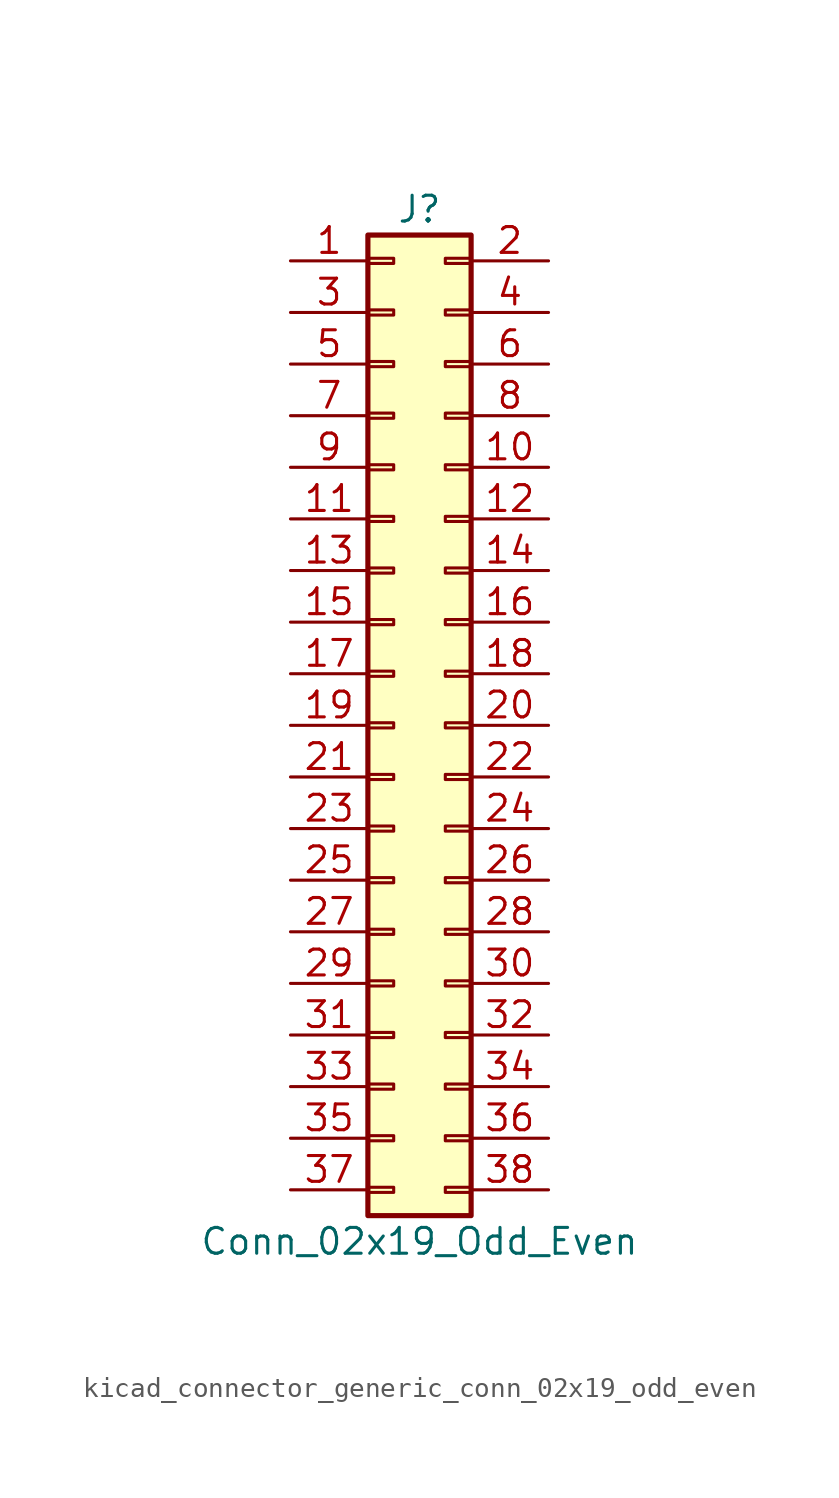
<source format=kicad_sym>
(kicad_symbol_lib
  (version 20220914)
  (generator kicad_symbol_editor)
  (symbol "kicad_connector_generic_conn_02x19_odd_even"
    (pin_names
      (offset 1.016) hide)
    (property "Reference" "J"
      (at 1.27 25.4 0)
      (effects (font (size 1.27 1.27))))
    (property "Value" "Conn_02x19_Odd_Even"
      (at 1.27 -25.4 0)
      (effects (font (size 1.27 1.27))))
    (symbol "kicad_connector_generic_conn_02x19_odd_even_1_1"
      (rectangle (start -1.27 -22.733) (end 0 -22.987) (stroke (width 0.152) (type default)) (fill (type none)))
      (rectangle (start -1.27 -20.193) (end 0 -20.447) (stroke (width 0.152) (type default)) (fill (type none)))
      (rectangle (start -1.27 -17.653) (end 0 -17.907) (stroke (width 0.152) (type default)) (fill (type none)))
      (rectangle (start -1.27 -15.113) (end 0 -15.367) (stroke (width 0.152) (type default)) (fill (type none)))
      (rectangle (start -1.27 -12.573) (end 0 -12.827) (stroke (width 0.152) (type default)) (fill (type none)))
      (rectangle (start -1.27 -10.033) (end 0 -10.287) (stroke (width 0.152) (type default)) (fill (type none)))
      (rectangle (start -1.27 -7.493) (end 0 -7.747) (stroke (width 0.152) (type default)) (fill (type none)))
      (rectangle (start -1.27 -4.953) (end 0 -5.207) (stroke (width 0.152) (type default)) (fill (type none)))
      (rectangle (start -1.27 -2.413) (end 0 -2.667) (stroke (width 0.152) (type default)) (fill (type none)))
      (rectangle (start -1.27 0.127) (end 0 -0.127) (stroke (width 0.152) (type default)) (fill (type none)))
      (rectangle (start -1.27 2.667) (end 0 2.413) (stroke (width 0.152) (type default)) (fill (type none)))
      (rectangle (start -1.27 5.207) (end 0 4.953) (stroke (width 0.152) (type default)) (fill (type none)))
      (rectangle (start -1.27 7.747) (end 0 7.493) (stroke (width 0.152) (type default)) (fill (type none)))
      (rectangle (start -1.27 10.287) (end 0 10.033) (stroke (width 0.152) (type default)) (fill (type none)))
      (rectangle (start -1.27 12.827) (end 0 12.573) (stroke (width 0.152) (type default)) (fill (type none)))
      (rectangle (start -1.27 15.367) (end 0 15.113) (stroke (width 0.152) (type default)) (fill (type none)))
      (rectangle (start -1.27 17.907) (end 0 17.653) (stroke (width 0.152) (type default)) (fill (type none)))
      (rectangle (start -1.27 20.447) (end 0 20.193) (stroke (width 0.152) (type default)) (fill (type none)))
      (rectangle (start -1.27 22.987) (end 0 22.733) (stroke (width 0.152) (type default)) (fill (type none)))
      (rectangle (start -1.27 24.13) (end 3.81 -24.13) (stroke (width 0.254) (type default)) (fill (type background)))
      (rectangle (start 3.81 -22.733) (end 2.54 -22.987) (stroke (width 0.152) (type default)) (fill (type none)))
      (rectangle (start 3.81 -20.193) (end 2.54 -20.447) (stroke (width 0.152) (type default)) (fill (type none)))
      (rectangle (start 3.81 -17.653) (end 2.54 -17.907) (stroke (width 0.152) (type default)) (fill (type none)))
      (rectangle (start 3.81 -15.113) (end 2.54 -15.367) (stroke (width 0.152) (type default)) (fill (type none)))
      (rectangle (start 3.81 -12.573) (end 2.54 -12.827) (stroke (width 0.152) (type default)) (fill (type none)))
      (rectangle (start 3.81 -10.033) (end 2.54 -10.287) (stroke (width 0.152) (type default)) (fill (type none)))
      (rectangle (start 3.81 -7.493) (end 2.54 -7.747) (stroke (width 0.152) (type default)) (fill (type none)))
      (rectangle (start 3.81 -4.953) (end 2.54 -5.207) (stroke (width 0.152) (type default)) (fill (type none)))
      (rectangle (start 3.81 -2.413) (end 2.54 -2.667) (stroke (width 0.152) (type default)) (fill (type none)))
      (rectangle (start 3.81 0.127) (end 2.54 -0.127) (stroke (width 0.152) (type default)) (fill (type none)))
      (rectangle (start 3.81 2.667) (end 2.54 2.413) (stroke (width 0.152) (type default)) (fill (type none)))
      (rectangle (start 3.81 5.207) (end 2.54 4.953) (stroke (width 0.152) (type default)) (fill (type none)))
      (rectangle (start 3.81 7.747) (end 2.54 7.493) (stroke (width 0.152) (type default)) (fill (type none)))
      (rectangle (start 3.81 10.287) (end 2.54 10.033) (stroke (width 0.152) (type default)) (fill (type none)))
      (rectangle (start 3.81 12.827) (end 2.54 12.573) (stroke (width 0.152) (type default)) (fill (type none)))
      (rectangle (start 3.81 15.367) (end 2.54 15.113) (stroke (width 0.152) (type default)) (fill (type none)))
      (rectangle (start 3.81 17.907) (end 2.54 17.653) (stroke (width 0.152) (type default)) (fill (type none)))
      (rectangle (start 3.81 20.447) (end 2.54 20.193) (stroke (width 0.152) (type default)) (fill (type none)))
      (rectangle (start 3.81 22.987) (end 2.54 22.733) (stroke (width 0.152) (type default)) (fill (type none)))
      (pin passive line (at -5.08 22.86 0) (length 3.81) (name "Pin_1" (effects (font (size 1.27 1.27)))) (number "1" (effects (font (size 1.27 1.27)))))
      (pin passive line (at 7.62 12.7 180) (length 3.81) (name "Pin_10" (effects (font (size 1.27 1.27)))) (number "10" (effects (font (size 1.27 1.27)))))
      (pin passive line (at -5.08 10.16 0) (length 3.81) (name "Pin_11" (effects (font (size 1.27 1.27)))) (number "11" (effects (font (size 1.27 1.27)))))
      (pin passive line (at 7.62 10.16 180) (length 3.81) (name "Pin_12" (effects (font (size 1.27 1.27)))) (number "12" (effects (font (size 1.27 1.27)))))
      (pin passive line (at -5.08 7.62 0) (length 3.81) (name "Pin_13" (effects (font (size 1.27 1.27)))) (number "13" (effects (font (size 1.27 1.27)))))
      (pin passive line (at 7.62 7.62 180) (length 3.81) (name "Pin_14" (effects (font (size 1.27 1.27)))) (number "14" (effects (font (size 1.27 1.27)))))
      (pin passive line (at -5.08 5.08 0) (length 3.81) (name "Pin_15" (effects (font (size 1.27 1.27)))) (number "15" (effects (font (size 1.27 1.27)))))
      (pin passive line (at 7.62 5.08 180) (length 3.81) (name "Pin_16" (effects (font (size 1.27 1.27)))) (number "16" (effects (font (size 1.27 1.27)))))
      (pin passive line (at -5.08 2.54 0) (length 3.81) (name "Pin_17" (effects (font (size 1.27 1.27)))) (number "17" (effects (font (size 1.27 1.27)))))
      (pin passive line (at 7.62 2.54 180) (length 3.81) (name "Pin_18" (effects (font (size 1.27 1.27)))) (number "18" (effects (font (size 1.27 1.27)))))
      (pin passive line (at -5.08 0 0) (length 3.81) (name "Pin_19" (effects (font (size 1.27 1.27)))) (number "19" (effects (font (size 1.27 1.27)))))
      (pin passive line (at 7.62 22.86 180) (length 3.81) (name "Pin_2" (effects (font (size 1.27 1.27)))) (number "2" (effects (font (size 1.27 1.27)))))
      (pin passive line (at 7.62 0 180) (length 3.81) (name "Pin_20" (effects (font (size 1.27 1.27)))) (number "20" (effects (font (size 1.27 1.27)))))
      (pin passive line (at -5.08 -2.54 0) (length 3.81) (name "Pin_21" (effects (font (size 1.27 1.27)))) (number "21" (effects (font (size 1.27 1.27)))))
      (pin passive line (at 7.62 -2.54 180) (length 3.81) (name "Pin_22" (effects (font (size 1.27 1.27)))) (number "22" (effects (font (size 1.27 1.27)))))
      (pin passive line (at -5.08 -5.08 0) (length 3.81) (name "Pin_23" (effects (font (size 1.27 1.27)))) (number "23" (effects (font (size 1.27 1.27)))))
      (pin passive line (at 7.62 -5.08 180) (length 3.81) (name "Pin_24" (effects (font (size 1.27 1.27)))) (number "24" (effects (font (size 1.27 1.27)))))
      (pin passive line (at -5.08 -7.62 0) (length 3.81) (name "Pin_25" (effects (font (size 1.27 1.27)))) (number "25" (effects (font (size 1.27 1.27)))))
      (pin passive line (at 7.62 -7.62 180) (length 3.81) (name "Pin_26" (effects (font (size 1.27 1.27)))) (number "26" (effects (font (size 1.27 1.27)))))
      (pin passive line (at -5.08 -10.16 0) (length 3.81) (name "Pin_27" (effects (font (size 1.27 1.27)))) (number "27" (effects (font (size 1.27 1.27)))))
      (pin passive line (at 7.62 -10.16 180) (length 3.81) (name "Pin_28" (effects (font (size 1.27 1.27)))) (number "28" (effects (font (size 1.27 1.27)))))
      (pin passive line (at -5.08 -12.7 0) (length 3.81) (name "Pin_29" (effects (font (size 1.27 1.27)))) (number "29" (effects (font (size 1.27 1.27)))))
      (pin passive line (at -5.08 20.32 0) (length 3.81) (name "Pin_3" (effects (font (size 1.27 1.27)))) (number "3" (effects (font (size 1.27 1.27)))))
      (pin passive line (at 7.62 -12.7 180) (length 3.81) (name "Pin_30" (effects (font (size 1.27 1.27)))) (number "30" (effects (font (size 1.27 1.27)))))
      (pin passive line (at -5.08 -15.24 0) (length 3.81) (name "Pin_31" (effects (font (size 1.27 1.27)))) (number "31" (effects (font (size 1.27 1.27)))))
      (pin passive line (at 7.62 -15.24 180) (length 3.81) (name "Pin_32" (effects (font (size 1.27 1.27)))) (number "32" (effects (font (size 1.27 1.27)))))
      (pin passive line (at -5.08 -17.78 0) (length 3.81) (name "Pin_33" (effects (font (size 1.27 1.27)))) (number "33" (effects (font (size 1.27 1.27)))))
      (pin passive line (at 7.62 -17.78 180) (length 3.81) (name "Pin_34" (effects (font (size 1.27 1.27)))) (number "34" (effects (font (size 1.27 1.27)))))
      (pin passive line (at -5.08 -20.32 0) (length 3.81) (name "Pin_35" (effects (font (size 1.27 1.27)))) (number "35" (effects (font (size 1.27 1.27)))))
      (pin passive line (at 7.62 -20.32 180) (length 3.81) (name "Pin_36" (effects (font (size 1.27 1.27)))) (number "36" (effects (font (size 1.27 1.27)))))
      (pin passive line (at -5.08 -22.86 0) (length 3.81) (name "Pin_37" (effects (font (size 1.27 1.27)))) (number "37" (effects (font (size 1.27 1.27)))))
      (pin passive line (at 7.62 -22.86 180) (length 3.81) (name "Pin_38" (effects (font (size 1.27 1.27)))) (number "38" (effects (font (size 1.27 1.27)))))
      (pin passive line (at 7.62 20.32 180) (length 3.81) (name "Pin_4" (effects (font (size 1.27 1.27)))) (number "4" (effects (font (size 1.27 1.27)))))
      (pin passive line (at -5.08 17.78 0) (length 3.81) (name "Pin_5" (effects (font (size 1.27 1.27)))) (number "5" (effects (font (size 1.27 1.27)))))
      (pin passive line (at 7.62 17.78 180) (length 3.81) (name "Pin_6" (effects (font (size 1.27 1.27)))) (number "6" (effects (font (size 1.27 1.27)))))
      (pin passive line (at -5.08 15.24 0) (length 3.81) (name "Pin_7" (effects (font (size 1.27 1.27)))) (number "7" (effects (font (size 1.27 1.27)))))
      (pin passive line (at 7.62 15.24 180) (length 3.81) (name "Pin_8" (effects (font (size 1.27 1.27)))) (number "8" (effects (font (size 1.27 1.27)))))
      (pin passive line (at -5.08 12.7 0) (length 3.81) (name "Pin_9" (effects (font (size 1.27 1.27)))) (number "9" (effects (font (size 1.27 1.27))))))))
</source>
